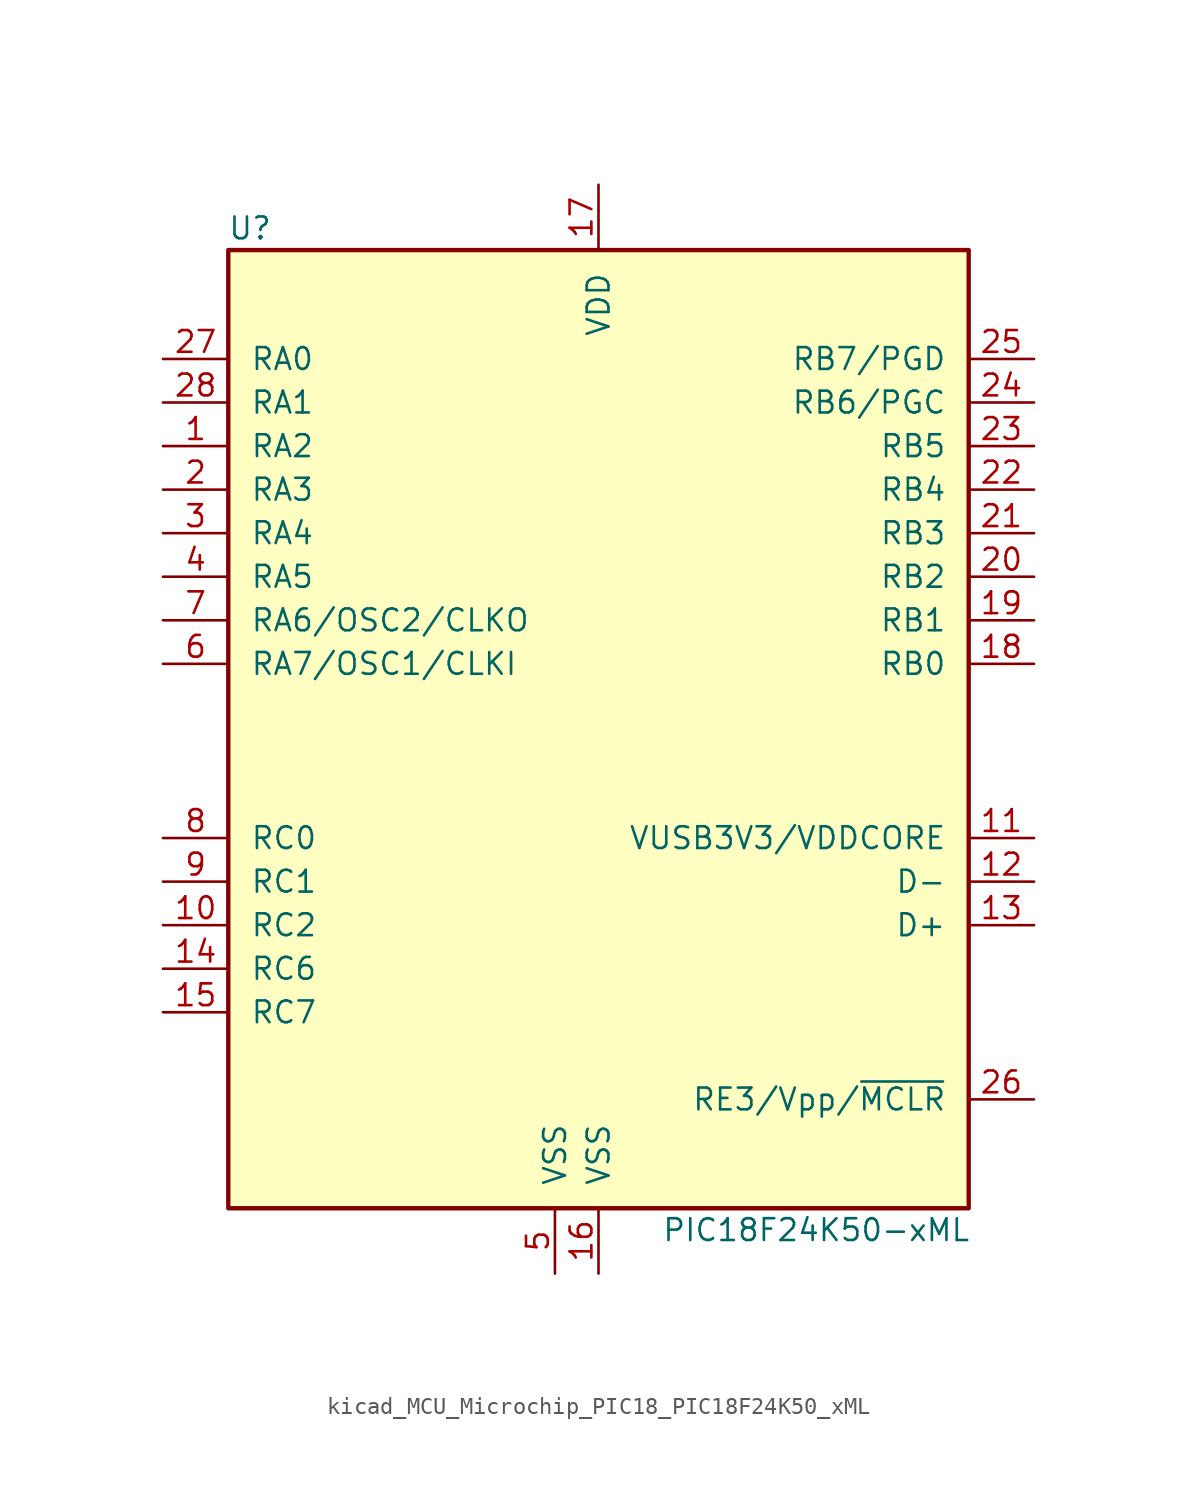
<source format=kicad_sym>
(kicad_symbol_lib
  (version 20220914)
  (generator kicad_symbol_editor)
  (symbol "kicad_MCU_Microchip_PIC18_PIC18F24K50_xML"
    (pin_names
      (offset 1.27))
    (property "Reference" "U"
      (at -20.32 30.48 0)
      (effects (font (size 1.27 1.27))))
    (property "Value" "PIC18F24K50-xML"
      (at 12.7 -27.94 0)
      (effects (font (size 1.27 1.27))))
    (symbol "kicad_MCU_Microchip_PIC18_PIC18F24K50_xML_0_1"
      (rectangle (start -21.59 29.21) (end 21.59 -26.67) (stroke (width 0.254) (type default)) (fill (type background))))
    (symbol "kicad_MCU_Microchip_PIC18_PIC18F24K50_xML_1_1"
      (pin bidirectional line (at -25.4 17.78 0) (length 3.81) (name "RA2" (effects (font (size 1.27 1.27)))) (number "1" (effects (font (size 1.27 1.27)))))
      (pin bidirectional line (at -25.4 -10.16 0) (length 3.81) (name "RC2" (effects (font (size 1.27 1.27)))) (number "10" (effects (font (size 1.27 1.27)))))
      (pin bidirectional line (at 25.4 -5.08 180) (length 3.81) (name "VUSB3V3/VDDCORE" (effects (font (size 1.27 1.27)))) (number "11" (effects (font (size 1.27 1.27)))))
      (pin bidirectional line (at 25.4 -7.62 180) (length 3.81) (name "D-" (effects (font (size 1.27 1.27)))) (number "12" (effects (font (size 1.27 1.27)))))
      (pin bidirectional line (at 25.4 -10.16 180) (length 3.81) (name "D+" (effects (font (size 1.27 1.27)))) (number "13" (effects (font (size 1.27 1.27)))))
      (pin bidirectional line (at -25.4 -12.7 0) (length 3.81) (name "RC6" (effects (font (size 1.27 1.27)))) (number "14" (effects (font (size 1.27 1.27)))))
      (pin bidirectional line (at -25.4 -15.24 0) (length 3.81) (name "RC7" (effects (font (size 1.27 1.27)))) (number "15" (effects (font (size 1.27 1.27)))))
      (pin power_in line (at 0 -30.48 90) (length 3.81) (name "VSS" (effects (font (size 1.27 1.27)))) (number "16" (effects (font (size 1.27 1.27)))))
      (pin power_in line (at 0 33.02 270) (length 3.81) (name "VDD" (effects (font (size 1.27 1.27)))) (number "17" (effects (font (size 1.27 1.27)))))
      (pin bidirectional line (at 25.4 5.08 180) (length 3.81) (name "RB0" (effects (font (size 1.27 1.27)))) (number "18" (effects (font (size 1.27 1.27)))))
      (pin bidirectional line (at 25.4 7.62 180) (length 3.81) (name "RB1" (effects (font (size 1.27 1.27)))) (number "19" (effects (font (size 1.27 1.27)))))
      (pin bidirectional line (at -25.4 15.24 0) (length 3.81) (name "RA3" (effects (font (size 1.27 1.27)))) (number "2" (effects (font (size 1.27 1.27)))))
      (pin bidirectional line (at 25.4 10.16 180) (length 3.81) (name "RB2" (effects (font (size 1.27 1.27)))) (number "20" (effects (font (size 1.27 1.27)))))
      (pin bidirectional line (at 25.4 12.7 180) (length 3.81) (name "RB3" (effects (font (size 1.27 1.27)))) (number "21" (effects (font (size 1.27 1.27)))))
      (pin bidirectional line (at 25.4 15.24 180) (length 3.81) (name "RB4" (effects (font (size 1.27 1.27)))) (number "22" (effects (font (size 1.27 1.27)))))
      (pin bidirectional line (at 25.4 17.78 180) (length 3.81) (name "RB5" (effects (font (size 1.27 1.27)))) (number "23" (effects (font (size 1.27 1.27)))))
      (pin bidirectional line (at 25.4 20.32 180) (length 3.81) (name "RB6/PGC" (effects (font (size 1.27 1.27)))) (number "24" (effects (font (size 1.27 1.27)))))
      (pin bidirectional line (at 25.4 22.86 180) (length 3.81) (name "RB7/PGD" (effects (font (size 1.27 1.27)))) (number "25" (effects (font (size 1.27 1.27)))))
      (pin input line (at 25.4 -20.32 180) (length 3.81) (name "RE3/Vpp/~{MCLR}" (effects (font (size 1.27 1.27)))) (number "26" (effects (font (size 1.27 1.27)))))
      (pin bidirectional line (at -25.4 22.86 0) (length 3.81) (name "RA0" (effects (font (size 1.27 1.27)))) (number "27" (effects (font (size 1.27 1.27)))))
      (pin bidirectional line (at -25.4 20.32 0) (length 3.81) (name "RA1" (effects (font (size 1.27 1.27)))) (number "28" (effects (font (size 1.27 1.27)))))
      (pin bidirectional line (at -25.4 12.7 0) (length 3.81) (name "RA4" (effects (font (size 1.27 1.27)))) (number "3" (effects (font (size 1.27 1.27)))))
      (pin bidirectional line (at -25.4 10.16 0) (length 3.81) (name "RA5" (effects (font (size 1.27 1.27)))) (number "4" (effects (font (size 1.27 1.27)))))
      (pin power_in line (at -2.54 -30.48 90) (length 3.81) (name "VSS" (effects (font (size 1.27 1.27)))) (number "5" (effects (font (size 1.27 1.27)))))
      (pin input line (at -25.4 5.08 0) (length 3.81) (name "RA7/OSC1/CLKI" (effects (font (size 1.27 1.27)))) (number "6" (effects (font (size 1.27 1.27)))))
      (pin output line (at -25.4 7.62 0) (length 3.81) (name "RA6/OSC2/CLKO" (effects (font (size 1.27 1.27)))) (number "7" (effects (font (size 1.27 1.27)))))
      (pin bidirectional line (at -25.4 -5.08 0) (length 3.81) (name "RC0" (effects (font (size 1.27 1.27)))) (number "8" (effects (font (size 1.27 1.27)))))
      (pin bidirectional line (at -25.4 -7.62 0) (length 3.81) (name "RC1" (effects (font (size 1.27 1.27)))) (number "9" (effects (font (size 1.27 1.27))))))))
</source>
